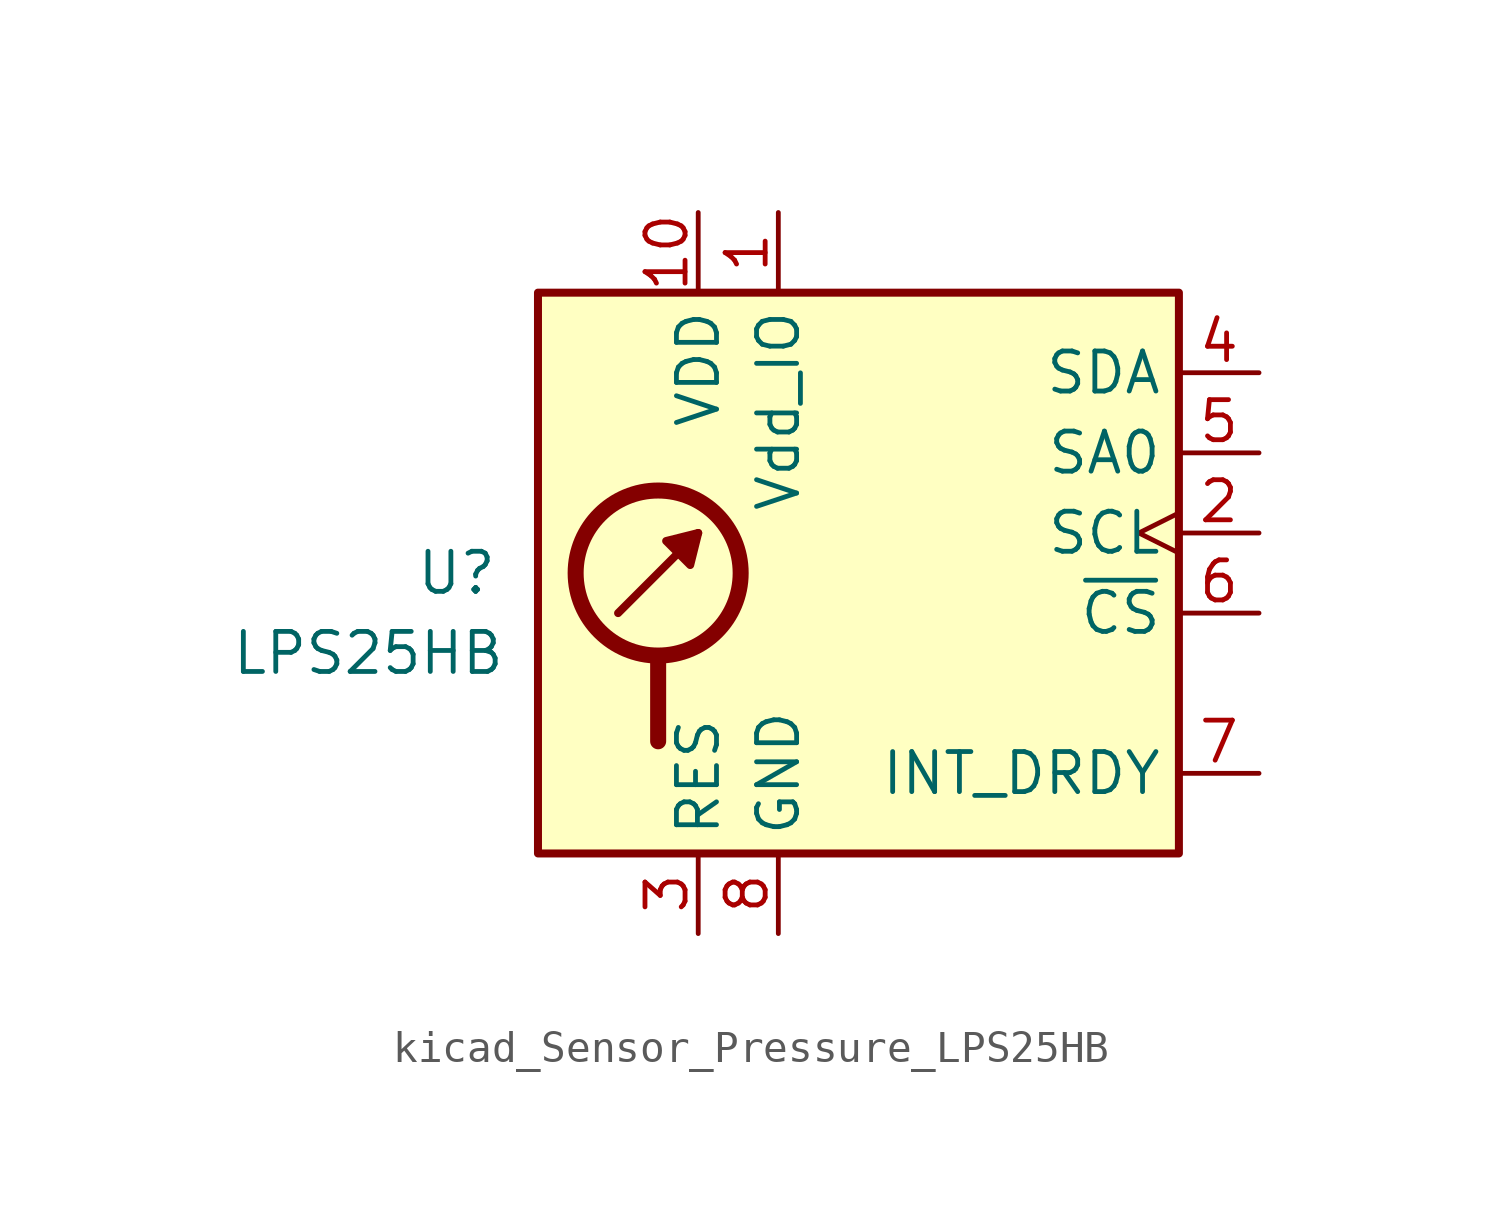
<source format=kicad_sym>
(kicad_symbol_lib
  (version 20220914)
  (generator kicad_symbol_editor)
  (symbol "kicad_Sensor_Pressure_LPS25HB"
    (property "Reference" "U"
      (at -11.43 1.27 0)
      (effects (font (size 1.27 1.27)) (justify right)))
    (property "Value" "LPS25HB"
      (at -11.176 -1.27 0)
      (effects (font (size 1.27 1.27)) (justify right)))
    (symbol "kicad_Sensor_Pressure_LPS25HB_0_1"
      (rectangle (start -10.16 10.16) (end 10.16 -7.62) (stroke (width 0.254) (type default)) (fill (type background)))
      (circle (center -6.35 1.27) (radius 2.616) (stroke (width 0.508) (type default)) (fill (type none)))
      (polyline (pts (xy -7.62 0) (xy -5.08 2.54)) (stroke (width 0.254) (type default)) (fill (type none)))
      (polyline (pts (xy -6.35 -1.524) (xy -6.35 -4.064)) (stroke (width 0.508) (type default)) (fill (type none)))
      (polyline (pts (xy -5.08 2.54) (xy -5.334 1.524) (xy -6.096 2.286) (xy -5.08 2.54)) (stroke (width 0.254) (type default)) (fill (type outline))))
    (symbol "kicad_Sensor_Pressure_LPS25HB_1_1"
      (pin power_in line (at -2.54 12.7 270) (length 2.54) (name "Vdd_IO" (effects (font (size 1.27 1.27)))) (number "1" (effects (font (size 1.27 1.27)))))
      (pin power_in line (at -5.08 12.7 270) (length 2.54) (name "VDD" (effects (font (size 1.27 1.27)))) (number "10" (effects (font (size 1.27 1.27)))))
      (pin input clock (at 12.7 2.54 180) (length 2.54) (name "SCL" (effects (font (size 1.27 1.27)))) (number "2" (effects (font (size 1.27 1.27)))) (alternate "SPC" input clock))
      (pin passive line (at -5.08 -10.16 90) (length 2.54) (name "RES" (effects (font (size 1.27 1.27)))) (number "3" (effects (font (size 1.27 1.27)))))
      (pin bidirectional line (at 12.7 7.62 180) (length 2.54) (name "SDA" (effects (font (size 1.27 1.27)))) (number "4" (effects (font (size 1.27 1.27)))) (alternate "SDI" input line) (alternate "SDI/SDO" bidirectional line))
      (pin input line (at 12.7 5.08 180) (length 2.54) (name "SA0" (effects (font (size 1.27 1.27)))) (number "5" (effects (font (size 1.27 1.27)))) (alternate "SDO" output line))
      (pin input line (at 12.7 0 180) (length 2.54) (name "~{CS}" (effects (font (size 1.27 1.27)))) (number "6" (effects (font (size 1.27 1.27)))))
      (pin output line (at 12.7 -5.08 180) (length 2.54) (name "INT_DRDY" (effects (font (size 1.27 1.27)))) (number "7" (effects (font (size 1.27 1.27)))))
      (pin power_in line (at -2.54 -10.16 90) (length 2.54) (name "GND" (effects (font (size 1.27 1.27)))) (number "8" (effects (font (size 1.27 1.27)))))
      (pin passive line (at -2.54 -10.16 90) (length 2.54) hide (name "GND" (effects (font (size 1.27 1.27)))) (number "9" (effects (font (size 1.27 1.27))))))))
</source>
